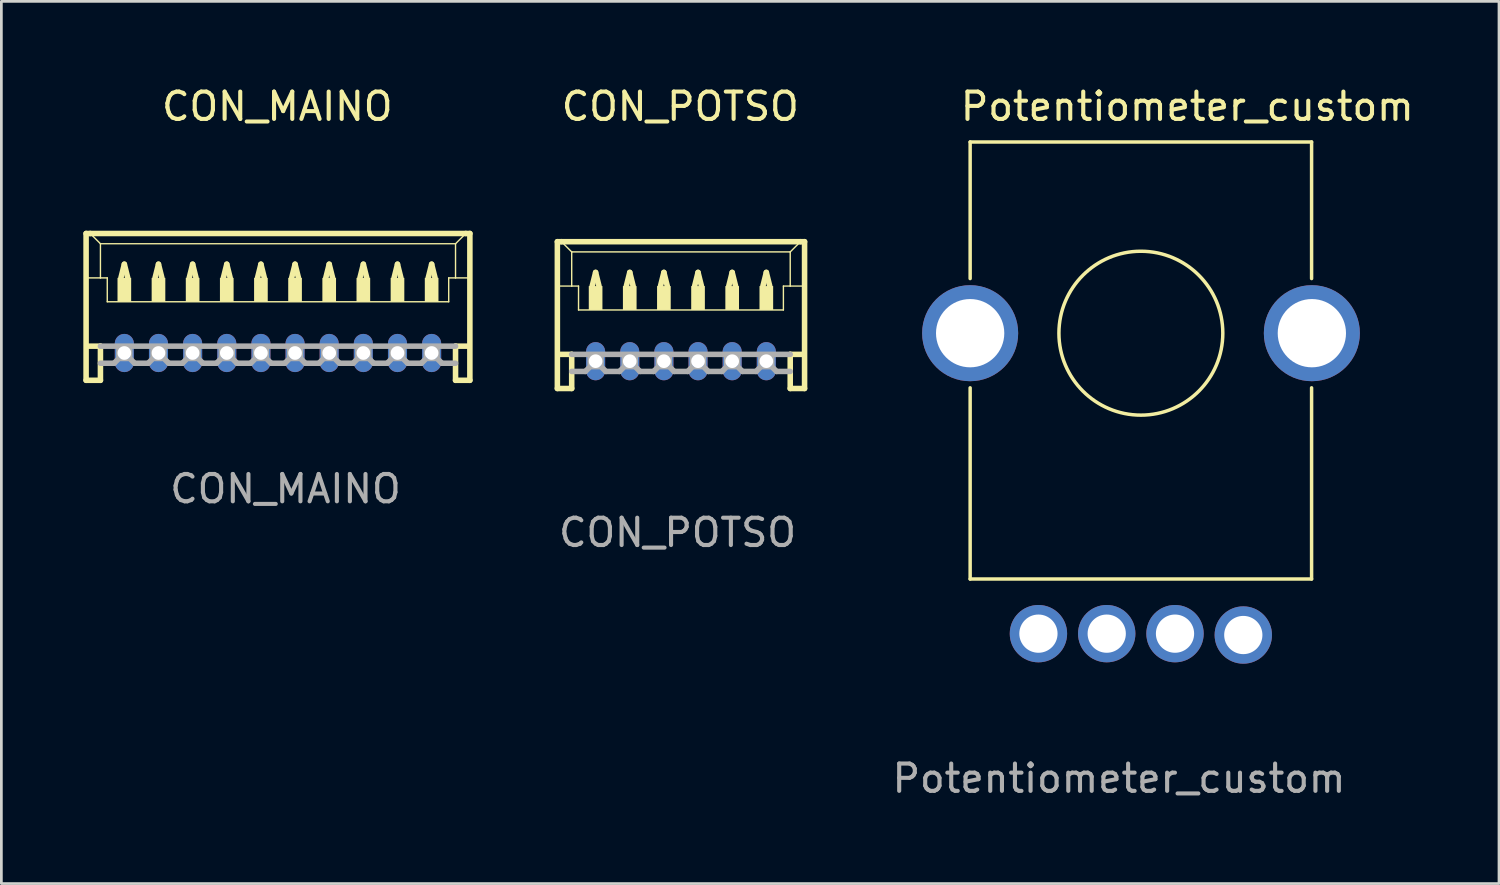
<source format=kicad_pcb>
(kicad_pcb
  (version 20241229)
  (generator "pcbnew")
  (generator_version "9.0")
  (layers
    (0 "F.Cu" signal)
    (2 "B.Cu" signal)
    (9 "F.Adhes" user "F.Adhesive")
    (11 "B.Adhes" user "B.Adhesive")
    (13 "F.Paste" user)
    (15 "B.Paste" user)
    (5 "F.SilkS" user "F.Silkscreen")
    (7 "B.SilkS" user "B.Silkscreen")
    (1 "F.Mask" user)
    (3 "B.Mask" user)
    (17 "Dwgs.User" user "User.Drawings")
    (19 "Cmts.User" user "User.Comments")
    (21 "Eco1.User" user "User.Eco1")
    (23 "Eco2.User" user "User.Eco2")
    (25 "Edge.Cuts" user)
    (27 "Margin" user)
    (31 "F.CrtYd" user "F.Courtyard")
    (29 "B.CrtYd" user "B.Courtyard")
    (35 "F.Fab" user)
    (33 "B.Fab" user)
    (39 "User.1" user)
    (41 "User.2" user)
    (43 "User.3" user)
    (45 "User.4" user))
  (footprint "CON_MAINO"
    (layer "F.Cu")
    (at 7.102 7.948)
    (property "Reference" "CON_MAINO" (at 0 -7.1 0) (unlocked yes) (layer "F.SilkS") (effects (font (size 1 1) (thickness 0.15))))
    (attr through_hole)
    (fp_line (start -7 -2.45) (end -7 2.925) (stroke (width 0.203) (type solid)) (layer "F.SilkS"))
    (fp_line (start -7 2.925) (end -6.475 2.925) (stroke (width 0.203) (type solid)) (layer "F.SilkS"))
    (fp_line (start -6.975 -0.825) (end -6.475 -0.825) (stroke (width 0.051) (type solid)) (layer "F.SilkS"))
    (fp_line (start -6.975 1.675) (end -6.475 1.675) (stroke (width 0.203) (type solid)) (layer "F.SilkS"))
    (fp_line (start -6.85 -2.45) (end -7 -2.45) (stroke (width 0.203) (type solid)) (layer "F.SilkS"))
    (fp_line (start -6.475 -2.075) (end -6.85 -2.45) (stroke (width 0.051) (type solid)) (layer "F.SilkS"))
    (fp_line (start -6.475 -2.075) (end 6.525 -2.075) (stroke (width 0.051) (type solid)) (layer "F.SilkS"))
    (fp_line (start -6.475 -0.825) (end -6.475 -2.075) (stroke (width 0.051) (type solid)) (layer "F.SilkS"))
    (fp_line (start -6.475 -0.825) (end -6.225 -0.825) (stroke (width 0.051) (type solid)) (layer "F.SilkS"))
    (fp_line (start -6.475 1.675) (end -6.475 2.925) (stroke (width 0.203) (type solid)) (layer "F.SilkS"))
    (fp_line (start -6.225 -0.825) (end -6.225 0.05) (stroke (width 0.051) (type solid)) (layer "F.SilkS"))
    (fp_line (start -6.225 0.05) (end 6.275 0.05) (stroke (width 0.051) (type solid)) (layer "F.SilkS"))
    (fp_line (start -5.725 -0.825) (end -5.6 -1.325) (stroke (width 0.203) (type solid)) (layer "F.SilkS"))
    (fp_line (start -5.6 -1.325) (end -5.475 -0.825) (stroke (width 0.203) (type solid)) (layer "F.SilkS"))
    (fp_line (start -4.475 -0.825) (end -4.35 -1.325) (stroke (width 0.203) (type solid)) (layer "F.SilkS"))
    (fp_line (start -4.35 -1.325) (end -4.225 -0.825) (stroke (width 0.203) (type solid)) (layer "F.SilkS"))
    (fp_line (start -3.225 -0.825) (end -3.1 -1.325) (stroke (width 0.203) (type solid)) (layer "F.SilkS"))
    (fp_line (start -3.1 -1.325) (end -2.975 -0.825) (stroke (width 0.203) (type solid)) (layer "F.SilkS"))
    (fp_line (start -1.975 -0.825) (end -1.85 -1.325) (stroke (width 0.203) (type solid)) (layer "F.SilkS"))
    (fp_line (start -1.85 -1.325) (end -1.725 -0.825) (stroke (width 0.203) (type solid)) (layer "F.SilkS"))
    (fp_line (start -0.725 -0.825) (end -0.6 -1.325) (stroke (width 0.203) (type solid)) (layer "F.SilkS"))
    (fp_line (start -0.6 -1.325) (end -0.475 -0.825) (stroke (width 0.203) (type solid)) (layer "F.SilkS"))
    (fp_line (start 0.525 -0.825) (end 0.65 -1.325) (stroke (width 0.203) (type solid)) (layer "F.SilkS"))
    (fp_line (start 0.65 -1.325) (end 0.775 -0.825) (stroke (width 0.203) (type solid)) (layer "F.SilkS"))
    (fp_line (start 1.775 -0.825) (end 1.9 -1.325) (stroke (width 0.203) (type solid)) (layer "F.SilkS"))
    (fp_line (start 1.9 -1.325) (end 2.025 -0.825) (stroke (width 0.203) (type solid)) (layer "F.SilkS"))
    (fp_line (start 3.025 -0.825) (end 3.15 -1.325) (stroke (width 0.203) (type solid)) (layer "F.SilkS"))
    (fp_line (start 3.15 -1.325) (end 3.275 -0.825) (stroke (width 0.203) (type solid)) (layer "F.SilkS"))
    (fp_line (start 4.275 -0.825) (end 4.4 -1.325) (stroke (width 0.203) (type solid)) (layer "F.SilkS"))
    (fp_line (start 4.4 -1.325) (end 4.525 -0.825) (stroke (width 0.203) (type solid)) (layer "F.SilkS"))
    (fp_line (start 5.525 -0.825) (end 5.65 -1.325) (stroke (width 0.203) (type solid)) (layer "F.SilkS"))
    (fp_line (start 5.65 -1.325) (end 5.775 -0.825) (stroke (width 0.203) (type solid)) (layer "F.SilkS"))
    (fp_line (start 6.275 -0.825) (end 6.275 0.05) (stroke (width 0.051) (type solid)) (layer "F.SilkS"))
    (fp_line (start 6.275 -0.825) (end 6.525 -0.825) (stroke (width 0.051) (type solid)) (layer "F.SilkS"))
    (fp_line (start 6.525 -2.075) (end 6.525 -0.825) (stroke (width 0.051) (type solid)) (layer "F.SilkS"))
    (fp_line (start 6.525 -2.075) (end 6.9 -2.45) (stroke (width 0.051) (type solid)) (layer "F.SilkS"))
    (fp_line (start 6.525 -0.825) (end 7.025 -0.825) (stroke (width 0.051) (type solid)) (layer "F.SilkS"))
    (fp_line (start 6.525 1.675) (end 6.525 2.925) (stroke (width 0.203) (type solid)) (layer "F.SilkS"))
    (fp_line (start 6.525 1.675) (end 7.025 1.675) (stroke (width 0.203) (type solid)) (layer "F.SilkS"))
    (fp_line (start 6.525 2.925) (end 7.05 2.925) (stroke (width 0.203) (type solid)) (layer "F.SilkS"))
    (fp_line (start 6.9 -2.45) (end -6.85 -2.45) (stroke (width 0.203) (type solid)) (layer "F.SilkS"))
    (fp_line (start 7.05 -2.45) (end 6.9 -2.45) (stroke (width 0.203) (type solid)) (layer "F.SilkS"))
    (fp_line (start 7.05 2.925) (end 7.05 -2.45) (stroke (width 0.203) (type solid)) (layer "F.SilkS"))
    (fp_poly (pts (xy -5.85 0.05) (xy -5.35 0.05) (xy -5.35 -0.825) (xy -5.85 -0.825)) (stroke (width 0) (type solid)) (fill yes) (layer "F.SilkS"))
    (fp_poly (pts (xy -4.6 0.05) (xy -4.1 0.05) (xy -4.1 -0.825) (xy -4.6 -0.825)) (stroke (width 0) (type solid)) (fill yes) (layer "F.SilkS"))
    (fp_poly (pts (xy -3.35 0.05) (xy -2.85 0.05) (xy -2.85 -0.825) (xy -3.35 -0.825)) (stroke (width 0) (type solid)) (fill yes) (layer "F.SilkS"))
    (fp_poly (pts (xy -2.1 0.05) (xy -1.6 0.05) (xy -1.6 -0.825) (xy -2.1 -0.825)) (stroke (width 0) (type solid)) (fill yes) (layer "F.SilkS"))
    (fp_poly (pts (xy -0.85 0.05) (xy -0.35 0.05) (xy -0.35 -0.825) (xy -0.85 -0.825)) (stroke (width 0) (type solid)) (fill yes) (layer "F.SilkS"))
    (fp_poly (pts (xy 0.4 0.05) (xy 0.9 0.05) (xy 0.9 -0.825) (xy 0.4 -0.825)) (stroke (width 0) (type solid)) (fill yes) (layer "F.SilkS"))
    (fp_poly (pts (xy 1.65 0.05) (xy 2.15 0.05) (xy 2.15 -0.825) (xy 1.65 -0.825)) (stroke (width 0) (type solid)) (fill yes) (layer "F.SilkS"))
    (fp_poly (pts (xy 2.9 0.05) (xy 3.4 0.05) (xy 3.4 -0.825) (xy 2.9 -0.825)) (stroke (width 0) (type solid)) (fill yes) (layer "F.SilkS"))
    (fp_poly (pts (xy 4.15 0.05) (xy 4.65 0.05) (xy 4.65 -0.825) (xy 4.15 -0.825)) (stroke (width 0) (type solid)) (fill yes) (layer "F.SilkS"))
    (fp_poly (pts (xy 5.4 0.05) (xy 5.9 0.05) (xy 5.9 -0.825) (xy 5.4 -0.825)) (stroke (width 0) (type solid)) (fill yes) (layer "F.SilkS"))
    (fp_line (start -6.475 1.675) (end 6.525 1.675) (stroke (width 0.203) (type solid)) (layer "F.Fab"))
    (fp_line (start -5.975 2.3) (end -6.475 2.3) (stroke (width 0.203) (type solid)) (layer "F.Fab"))
    (fp_line (start -5.85 2.175) (end -5.975 2.3) (stroke (width 0.203) (type solid)) (layer "F.Fab"))
    (fp_line (start -5.35 2.175) (end -5.225 2.3) (stroke (width 0.203) (type solid)) (layer "F.Fab"))
    (fp_line (start -4.725 2.3) (end -5.225 2.3) (stroke (width 0.203) (type solid)) (layer "F.Fab"))
    (fp_line (start -4.6 2.175) (end -4.725 2.3) (stroke (width 0.203) (type solid)) (layer "F.Fab"))
    (fp_line (start -4.1 2.175) (end -3.975 2.3) (stroke (width 0.203) (type solid)) (layer "F.Fab"))
    (fp_line (start -3.475 2.3) (end -3.975 2.3) (stroke (width 0.203) (type solid)) (layer "F.Fab"))
    (fp_line (start -3.35 2.175) (end -3.475 2.3) (stroke (width 0.203) (type solid)) (layer "F.Fab"))
    (fp_line (start -2.85 2.175) (end -2.725 2.3) (stroke (width 0.203) (type solid)) (layer "F.Fab"))
    (fp_line (start -2.225 2.3) (end -2.725 2.3) (stroke (width 0.203) (type solid)) (layer "F.Fab"))
    (fp_line (start -2.1 2.175) (end -2.225 2.3) (stroke (width 0.203) (type solid)) (layer "F.Fab"))
    (fp_line (start -1.6 2.175) (end -1.475 2.3) (stroke (width 0.203) (type solid)) (layer "F.Fab"))
    (fp_line (start -0.975 2.3) (end -1.475 2.3) (stroke (width 0.203) (type solid)) (layer "F.Fab"))
    (fp_line (start -0.85 2.175) (end -0.975 2.3) (stroke (width 0.203) (type solid)) (layer "F.Fab"))
    (fp_line (start -0.35 2.175) (end -0.225 2.3) (stroke (width 0.203) (type solid)) (layer "F.Fab"))
    (fp_line (start 0.275 2.3) (end -0.225 2.3) (stroke (width 0.203) (type solid)) (layer "F.Fab"))
    (fp_line (start 0.4 2.175) (end 0.275 2.3) (stroke (width 0.203) (type solid)) (layer "F.Fab"))
    (fp_line (start 0.9 2.175) (end 1.025 2.3) (stroke (width 0.203) (type solid)) (layer "F.Fab"))
    (fp_line (start 1.525 2.3) (end 1.025 2.3) (stroke (width 0.203) (type solid)) (layer "F.Fab"))
    (fp_line (start 1.65 2.175) (end 1.525 2.3) (stroke (width 0.203) (type solid)) (layer "F.Fab"))
    (fp_line (start 2.15 2.175) (end 2.275 2.3) (stroke (width 0.203) (type solid)) (layer "F.Fab"))
    (fp_line (start 2.775 2.3) (end 2.275 2.3) (stroke (width 0.203) (type solid)) (layer "F.Fab"))
    (fp_line (start 2.9 2.175) (end 2.775 2.3) (stroke (width 0.203) (type solid)) (layer "F.Fab"))
    (fp_line (start 3.4 2.175) (end 3.525 2.3) (stroke (width 0.203) (type solid)) (layer "F.Fab"))
    (fp_line (start 4.025 2.3) (end 3.525 2.3) (stroke (width 0.203) (type solid)) (layer "F.Fab"))
    (fp_line (start 4.15 2.175) (end 4.025 2.3) (stroke (width 0.203) (type solid)) (layer "F.Fab"))
    (fp_line (start 4.65 2.175) (end 4.775 2.3) (stroke (width 0.203) (type solid)) (layer "F.Fab"))
    (fp_line (start 5.275 2.3) (end 4.775 2.3) (stroke (width 0.203) (type solid)) (layer "F.Fab"))
    (fp_line (start 5.4 2.175) (end 5.275 2.3) (stroke (width 0.203) (type solid)) (layer "F.Fab"))
    (fp_line (start 5.9 2.175) (end 6.025 2.3) (stroke (width 0.203) (type solid)) (layer "F.Fab"))
    (fp_line (start 6.525 2.3) (end 6.025 2.3) (stroke (width 0.203) (type solid)) (layer "F.Fab"))
    (fp_poly (pts (xy -5.85 2.175) (xy -5.35 2.175) (xy -5.35 1.675) (xy -5.85 1.675)) (stroke (width 0.1) (type solid)) (fill no) (layer "F.Fab"))
    (fp_poly (pts (xy -4.6 2.175) (xy -4.1 2.175) (xy -4.1 1.675) (xy -4.6 1.675)) (stroke (width 0.1) (type solid)) (fill no) (layer "F.Fab"))
    (fp_poly (pts (xy -3.35 2.175) (xy -2.85 2.175) (xy -2.85 1.675) (xy -3.35 1.675)) (stroke (width 0.1) (type solid)) (fill no) (layer "F.Fab"))
    (fp_poly (pts (xy -2.1 2.175) (xy -1.6 2.175) (xy -1.6 1.675) (xy -2.1 1.675)) (stroke (width 0.1) (type solid)) (fill no) (layer "F.Fab"))
    (fp_poly (pts (xy -0.85 2.175) (xy -0.35 2.175) (xy -0.35 1.675) (xy -0.85 1.675)) (stroke (width 0.1) (type solid)) (fill no) (layer "F.Fab"))
    (fp_poly (pts (xy 0.4 2.175) (xy 0.9 2.175) (xy 0.9 1.675) (xy 0.4 1.675)) (stroke (width 0.1) (type solid)) (fill no) (layer "F.Fab"))
    (fp_poly (pts (xy 1.65 2.175) (xy 2.15 2.175) (xy 2.15 1.675) (xy 1.65 1.675)) (stroke (width 0.1) (type solid)) (fill no) (layer "F.Fab"))
    (fp_poly (pts (xy 2.9 2.175) (xy 3.4 2.175) (xy 3.4 1.675) (xy 2.9 1.675)) (stroke (width 0.1) (type solid)) (fill no) (layer "F.Fab"))
    (fp_poly (pts (xy 4.15 2.175) (xy 4.65 2.175) (xy 4.65 1.675) (xy 4.15 1.675)) (stroke (width 0.1) (type solid)) (fill no) (layer "F.Fab"))
    (fp_poly (pts (xy 5.4 2.175) (xy 5.9 2.175) (xy 5.9 1.675) (xy 5.4 1.675)) (stroke (width 0.1) (type solid)) (fill no) (layer "F.Fab"))
    (fp_text user "${REFERENCE}" (at 0.3 6.9 0) (unlocked yes) (layer "F.Fab") (effects (font (size 1 1) (thickness 0.15))))
    (pad "1" thru_hole oval (at 5.65 1.925 90) (size 1.397 0.698) (drill 0.5) (layers "*.Cu" "*.Mask"))
    (pad "2" thru_hole oval (at 4.4 1.925 90) (size 1.397 0.698) (drill 0.5) (layers "*.Cu" "*.Mask"))
    (pad "3" thru_hole oval (at 3.15 1.925 90) (size 1.397 0.698) (drill 0.5) (layers "*.Cu" "*.Mask"))
    (pad "4" thru_hole oval (at 1.9 1.925 90) (size 1.397 0.698) (drill 0.5) (layers "*.Cu" "*.Mask"))
    (pad "5" thru_hole oval (at 0.65 1.925 90) (size 1.397 0.698) (drill 0.5) (layers "*.Cu" "*.Mask"))
    (pad "6" thru_hole oval (at -0.6 1.925 90) (size 1.397 0.698) (drill 0.5) (layers "*.Cu" "*.Mask"))
    (pad "7" thru_hole oval (at -1.85 1.925 90) (size 1.397 0.698) (drill 0.5) (layers "*.Cu" "*.Mask"))
    (pad "8" thru_hole oval (at -3.1 1.925 90) (size 1.397 0.698) (drill 0.5) (layers "*.Cu" "*.Mask"))
    (pad "9" thru_hole oval (at -4.35 1.925 90) (size 1.397 0.698) (drill 0.5) (layers "*.Cu" "*.Mask"))
    (pad "10" thru_hole oval (at -5.6 1.925 90) (size 1.397 0.698) (drill 0.5) (layers "*.Cu" "*.Mask")))
  (footprint "CON_POTSO"
    (layer "F.Cu")
    (at 21.855 8.348)
    (property "Reference" "CON_POTSO" (at 0 -7.5 0) (unlocked yes) (layer "F.SilkS") (effects (font (size 1 1) (thickness 0.15))))
    (attr through_hole)
    (fp_line (start -4.5 -2.55) (end -4.5 2.825) (stroke (width 0.203) (type solid)) (layer "F.SilkS"))
    (fp_line (start -4.5 2.825) (end -3.975 2.825) (stroke (width 0.203) (type solid)) (layer "F.SilkS"))
    (fp_line (start -4.475 -0.925) (end -3.975 -0.925) (stroke (width 0.051) (type solid)) (layer "F.SilkS"))
    (fp_line (start -4.475 1.575) (end -3.975 1.575) (stroke (width 0.203) (type solid)) (layer "F.SilkS"))
    (fp_line (start -4.35 -2.55) (end -4.5 -2.55) (stroke (width 0.203) (type solid)) (layer "F.SilkS"))
    (fp_line (start -3.975 -2.175) (end -4.35 -2.55) (stroke (width 0.051) (type solid)) (layer "F.SilkS"))
    (fp_line (start -3.975 -2.175) (end 4.025 -2.175) (stroke (width 0.051) (type solid)) (layer "F.SilkS"))
    (fp_line (start -3.975 -0.925) (end -3.975 -2.175) (stroke (width 0.051) (type solid)) (layer "F.SilkS"))
    (fp_line (start -3.975 -0.925) (end -3.725 -0.925) (stroke (width 0.051) (type solid)) (layer "F.SilkS"))
    (fp_line (start -3.975 1.575) (end -3.975 2.825) (stroke (width 0.203) (type solid)) (layer "F.SilkS"))
    (fp_line (start -3.725 -0.925) (end -3.725 -0.05) (stroke (width 0.051) (type solid)) (layer "F.SilkS"))
    (fp_line (start -3.725 -0.05) (end 3.775 -0.05) (stroke (width 0.051) (type solid)) (layer "F.SilkS"))
    (fp_line (start -3.225 -0.925) (end -3.1 -1.425) (stroke (width 0.203) (type solid)) (layer "F.SilkS"))
    (fp_line (start -3.1 -1.425) (end -2.975 -0.925) (stroke (width 0.203) (type solid)) (layer "F.SilkS"))
    (fp_line (start -1.975 -0.925) (end -1.85 -1.425) (stroke (width 0.203) (type solid)) (layer "F.SilkS"))
    (fp_line (start -1.85 -1.425) (end -1.725 -0.925) (stroke (width 0.203) (type solid)) (layer "F.SilkS"))
    (fp_line (start -0.725 -0.925) (end -0.6 -1.425) (stroke (width 0.203) (type solid)) (layer "F.SilkS"))
    (fp_line (start -0.6 -1.425) (end -0.475 -0.925) (stroke (width 0.203) (type solid)) (layer "F.SilkS"))
    (fp_line (start 0.525 -0.925) (end 0.65 -1.425) (stroke (width 0.203) (type solid)) (layer "F.SilkS"))
    (fp_line (start 0.65 -1.425) (end 0.775 -0.925) (stroke (width 0.203) (type solid)) (layer "F.SilkS"))
    (fp_line (start 1.775 -0.925) (end 1.9 -1.425) (stroke (width 0.203) (type solid)) (layer "F.SilkS"))
    (fp_line (start 1.9 -1.425) (end 2.025 -0.925) (stroke (width 0.203) (type solid)) (layer "F.SilkS"))
    (fp_line (start 3.025 -0.925) (end 3.15 -1.425) (stroke (width 0.203) (type solid)) (layer "F.SilkS"))
    (fp_line (start 3.15 -1.425) (end 3.275 -0.925) (stroke (width 0.203) (type solid)) (layer "F.SilkS"))
    (fp_line (start 3.775 -0.925) (end 3.775 -0.05) (stroke (width 0.051) (type solid)) (layer "F.SilkS"))
    (fp_line (start 3.775 -0.925) (end 4.025 -0.925) (stroke (width 0.051) (type solid)) (layer "F.SilkS"))
    (fp_line (start 4.025 -2.175) (end 4.025 -0.925) (stroke (width 0.051) (type solid)) (layer "F.SilkS"))
    (fp_line (start 4.025 -2.175) (end 4.4 -2.55) (stroke (width 0.051) (type solid)) (layer "F.SilkS"))
    (fp_line (start 4.025 -0.925) (end 4.525 -0.925) (stroke (width 0.051) (type solid)) (layer "F.SilkS"))
    (fp_line (start 4.025 1.575) (end 4.025 2.825) (stroke (width 0.203) (type solid)) (layer "F.SilkS"))
    (fp_line (start 4.025 1.575) (end 4.525 1.575) (stroke (width 0.203) (type solid)) (layer "F.SilkS"))
    (fp_line (start 4.025 2.825) (end 4.55 2.825) (stroke (width 0.203) (type solid)) (layer "F.SilkS"))
    (fp_line (start 4.4 -2.55) (end -4.35 -2.55) (stroke (width 0.203) (type solid)) (layer "F.SilkS"))
    (fp_line (start 4.55 -2.55) (end 4.4 -2.55) (stroke (width 0.203) (type solid)) (layer "F.SilkS"))
    (fp_line (start 4.55 2.825) (end 4.55 -2.55) (stroke (width 0.203) (type solid)) (layer "F.SilkS"))
    (fp_poly (pts (xy -3.35 -0.05) (xy -2.85 -0.05) (xy -2.85 -0.925) (xy -3.35 -0.925)) (stroke (width 0) (type solid)) (fill yes) (layer "F.SilkS"))
    (fp_poly (pts (xy -2.1 -0.05) (xy -1.6 -0.05) (xy -1.6 -0.925) (xy -2.1 -0.925)) (stroke (width 0) (type solid)) (fill yes) (layer "F.SilkS"))
    (fp_poly (pts (xy -0.85 -0.05) (xy -0.35 -0.05) (xy -0.35 -0.925) (xy -0.85 -0.925)) (stroke (width 0) (type solid)) (fill yes) (layer "F.SilkS"))
    (fp_poly (pts (xy 0.4 -0.05) (xy 0.9 -0.05) (xy 0.9 -0.925) (xy 0.4 -0.925)) (stroke (width 0) (type solid)) (fill yes) (layer "F.SilkS"))
    (fp_poly (pts (xy 1.65 -0.05) (xy 2.15 -0.05) (xy 2.15 -0.925) (xy 1.65 -0.925)) (stroke (width 0) (type solid)) (fill yes) (layer "F.SilkS"))
    (fp_poly (pts (xy 2.9 -0.05) (xy 3.4 -0.05) (xy 3.4 -0.925) (xy 2.9 -0.925)) (stroke (width 0) (type solid)) (fill yes) (layer "F.SilkS"))
    (fp_line (start -3.975 1.575) (end 4.025 1.575) (stroke (width 0.203) (type solid)) (layer "F.Fab"))
    (fp_line (start -3.475 2.2) (end -3.975 2.2) (stroke (width 0.203) (type solid)) (layer "F.Fab"))
    (fp_line (start -3.35 2.075) (end -3.475 2.2) (stroke (width 0.203) (type solid)) (layer "F.Fab"))
    (fp_line (start -2.85 2.075) (end -2.725 2.2) (stroke (width 0.203) (type solid)) (layer "F.Fab"))
    (fp_line (start -2.225 2.2) (end -2.725 2.2) (stroke (width 0.203) (type solid)) (layer "F.Fab"))
    (fp_line (start -2.1 2.075) (end -2.225 2.2) (stroke (width 0.203) (type solid)) (layer "F.Fab"))
    (fp_line (start -1.6 2.075) (end -1.475 2.2) (stroke (width 0.203) (type solid)) (layer "F.Fab"))
    (fp_line (start -0.975 2.2) (end -1.475 2.2) (stroke (width 0.203) (type solid)) (layer "F.Fab"))
    (fp_line (start -0.85 2.075) (end -0.975 2.2) (stroke (width 0.203) (type solid)) (layer "F.Fab"))
    (fp_line (start -0.35 2.075) (end -0.225 2.2) (stroke (width 0.203) (type solid)) (layer "F.Fab"))
    (fp_line (start 0.275 2.2) (end -0.225 2.2) (stroke (width 0.203) (type solid)) (layer "F.Fab"))
    (fp_line (start 0.4 2.075) (end 0.275 2.2) (stroke (width 0.203) (type solid)) (layer "F.Fab"))
    (fp_line (start 0.9 2.075) (end 1.025 2.2) (stroke (width 0.203) (type solid)) (layer "F.Fab"))
    (fp_line (start 1.525 2.2) (end 1.025 2.2) (stroke (width 0.203) (type solid)) (layer "F.Fab"))
    (fp_line (start 1.65 2.075) (end 1.525 2.2) (stroke (width 0.203) (type solid)) (layer "F.Fab"))
    (fp_line (start 2.15 2.075) (end 2.275 2.2) (stroke (width 0.203) (type solid)) (layer "F.Fab"))
    (fp_line (start 2.775 2.2) (end 2.275 2.2) (stroke (width 0.203) (type solid)) (layer "F.Fab"))
    (fp_line (start 2.9 2.075) (end 2.775 2.2) (stroke (width 0.203) (type solid)) (layer "F.Fab"))
    (fp_line (start 3.4 2.075) (end 3.525 2.2) (stroke (width 0.203) (type solid)) (layer "F.Fab"))
    (fp_line (start 4.025 2.2) (end 3.525 2.2) (stroke (width 0.203) (type solid)) (layer "F.Fab"))
    (fp_poly (pts (xy -3.35 2.075) (xy -2.85 2.075) (xy -2.85 1.575) (xy -3.35 1.575)) (stroke (width 0.1) (type solid)) (fill no) (layer "F.Fab"))
    (fp_poly (pts (xy -2.1 2.075) (xy -1.6 2.075) (xy -1.6 1.575) (xy -2.1 1.575)) (stroke (width 0.1) (type solid)) (fill no) (layer "F.Fab"))
    (fp_poly (pts (xy -0.85 2.075) (xy -0.35 2.075) (xy -0.35 1.575) (xy -0.85 1.575)) (stroke (width 0.1) (type solid)) (fill no) (layer "F.Fab"))
    (fp_poly (pts (xy 0.4 2.075) (xy 0.9 2.075) (xy 0.9 1.575) (xy 0.4 1.575)) (stroke (width 0.1) (type solid)) (fill no) (layer "F.Fab"))
    (fp_poly (pts (xy 1.65 2.075) (xy 2.15 2.075) (xy 2.15 1.575) (xy 1.65 1.575)) (stroke (width 0.1) (type solid)) (fill no) (layer "F.Fab"))
    (fp_poly (pts (xy 2.9 2.075) (xy 3.4 2.075) (xy 3.4 1.575) (xy 2.9 1.575)) (stroke (width 0.1) (type solid)) (fill no) (layer "F.Fab"))
    (fp_text user "${REFERENCE}" (at -0.1 8.1 0) (unlocked yes) (layer "F.Fab") (effects (font (size 1 1) (thickness 0.15))))
    (pad "1" thru_hole oval (at 3.15 1.825 90) (size 1.397 0.698) (drill 0.5) (layers "*.Cu" "*.Mask"))
    (pad "2" thru_hole oval (at 1.9 1.825 90) (size 1.397 0.698) (drill 0.5) (layers "*.Cu" "*.Mask"))
    (pad "3" thru_hole oval (at 0.65 1.825 90) (size 1.397 0.698) (drill 0.5) (layers "*.Cu" "*.Mask"))
    (pad "4" thru_hole oval (at -0.6 1.825 90) (size 1.397 0.698) (drill 0.5) (layers "*.Cu" "*.Mask"))
    (pad "5" thru_hole oval (at -1.85 1.825 90) (size 1.397 0.698) (drill 0.5) (layers "*.Cu" "*.Mask"))
    (pad "6" thru_hole oval (at -3.1 1.825 90) (size 1.397 0.698) (drill 0.5) (layers "*.Cu" "*.Mask")))
  (footprint "Potentiometer_custom"
    (layer "F.Cu")
    (at 38.317 9.148)
    (property "Reference" "Potentiometer_custom" (at 2.1 -8.3 0) (unlocked yes) (layer "F.SilkS") (effects (font (size 1 1) (thickness 0.15))))
    (attr through_hole)
    (fp_line (start -5.85 -7) (end -5.85 -2) (stroke (width 0.127) (type solid)) (layer "F.SilkS"))
    (fp_line (start -5.85 -7) (end 6.65 -7) (stroke (width 0.127) (type solid)) (layer "F.SilkS"))
    (fp_line (start -5.85 9) (end -5.85 2) (stroke (width 0.127) (type solid)) (layer "F.SilkS"))
    (fp_line (start 6.65 -7) (end 6.65 -2) (stroke (width 0.127) (type solid)) (layer "F.SilkS"))
    (fp_line (start 6.65 9) (end -5.85 9) (stroke (width 0.127) (type solid)) (layer "F.SilkS"))
    (fp_line (start 6.65 9) (end 6.65 2) (stroke (width 0.127) (type solid)) (layer "F.SilkS"))
    (fp_circle (center 0.4 0) (end 3.4 0) (stroke (width 0.127) (type solid)) (fill no) (layer "F.SilkS"))
    (fp_text user "${REFERENCE}" (at -0.4 16.3 0) (unlocked yes) (layer "F.Fab") (effects (font (size 1 1) (thickness 0.15))))
    (pad "1" thru_hole circle (at 1.65 11) (size 2.1 2.1) (drill 1.4) (layers "*.Cu" "*.Mask"))
    (pad "2" thru_hole circle (at -0.85 11) (size 2.1 2.1) (drill 1.4) (layers "*.Cu" "*.Mask"))
    (pad "3" thru_hole circle (at -3.35 11) (size 2.1 2.1) (drill 1.4) (layers "*.Cu" "*.Mask"))
    (pad "MH" thru_hole circle (at -5.85 0) (size 3.516 3.516) (drill 2.5) (layers "*.Cu" "*.Mask"))
    (pad "MH" thru_hole circle (at 6.66 0) (size 3.516 3.516) (drill 2.5) (layers "*.Cu" "*.Mask"))
    (pad "NC" thru_hole circle (at 4.15 11.05) (size 2.1 2.1) (drill 1.4) (layers "*.Cu" "*.Mask")))
  (gr_rect
    (start -3 -3)
    (end 51.828 29.297)
    (stroke (width 0.1) (type default))
    (fill no)
    (layer "Edge.Cuts")))
</source>
